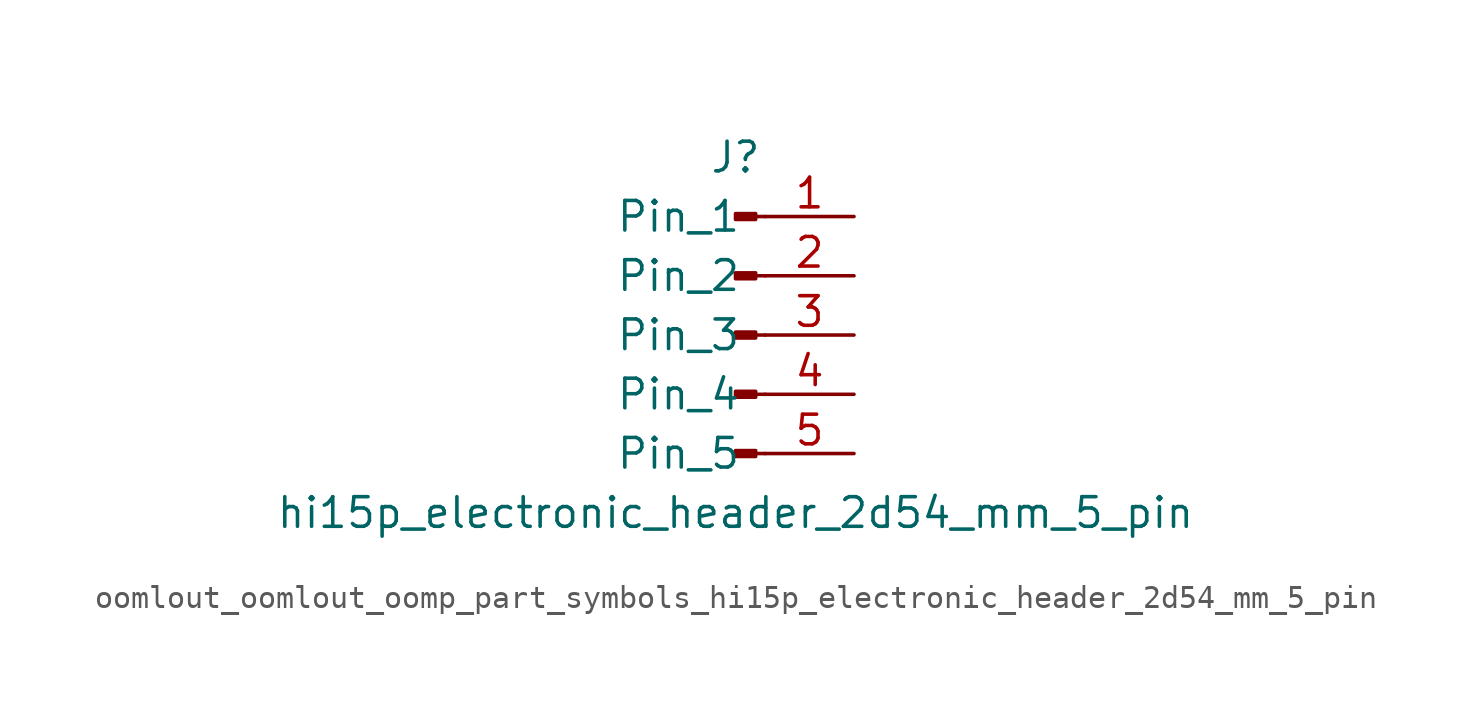
<source format=kicad_sym>
(kicad_symbol_lib
  (version 20220914)
  (generator kicad_symbol_editor)
  (symbol "oomlout_oomlout_oomp_part_symbols_hi15p_electronic_header_2d54_mm_5_pin"
    (pin_names
      (offset 1.016))
    (property "Reference" "J"
      (at 0 7.62 0)
      (effects (font (size 1.27 1.27))))
    (property "Value" "hi15p_electronic_header_2d54_mm_5_pin"
      (at 0 -7.62 0)
      (effects (font (size 1.27 1.27))))
    (property "ki_locked" ""
      (at 0 0 0)
      (effects (font (size 1.27 1.27))))
    (symbol "oomlout_oomlout_oomp_part_symbols_hi15p_electronic_header_2d54_mm_5_pin_1_1"
      (polyline (pts (xy 1.27 -5.08) (xy 0.864 -5.08)) (stroke (width 0.152) (type default)) (fill (type none)))
      (polyline (pts (xy 1.27 -2.54) (xy 0.864 -2.54)) (stroke (width 0.152) (type default)) (fill (type none)))
      (polyline (pts (xy 1.27 0) (xy 0.864 0)) (stroke (width 0.152) (type default)) (fill (type none)))
      (polyline (pts (xy 1.27 2.54) (xy 0.864 2.54)) (stroke (width 0.152) (type default)) (fill (type none)))
      (polyline (pts (xy 1.27 5.08) (xy 0.864 5.08)) (stroke (width 0.152) (type default)) (fill (type none)))
      (rectangle (start 0.864 -4.953) (end 0 -5.207) (stroke (width 0.152) (type default)) (fill (type outline)))
      (rectangle (start 0.864 -2.413) (end 0 -2.667) (stroke (width 0.152) (type default)) (fill (type outline)))
      (rectangle (start 0.864 0.127) (end 0 -0.127) (stroke (width 0.152) (type default)) (fill (type outline)))
      (rectangle (start 0.864 2.667) (end 0 2.413) (stroke (width 0.152) (type default)) (fill (type outline)))
      (rectangle (start 0.864 5.207) (end 0 4.953) (stroke (width 0.152) (type default)) (fill (type outline)))
      (pin passive line (at 5.08 5.08 180) (length 3.81) (name "Pin_1" (effects (font (size 1.27 1.27)))) (number "1" (effects (font (size 1.27 1.27)))))
      (pin passive line (at 5.08 2.54 180) (length 3.81) (name "Pin_2" (effects (font (size 1.27 1.27)))) (number "2" (effects (font (size 1.27 1.27)))))
      (pin passive line (at 5.08 0 180) (length 3.81) (name "Pin_3" (effects (font (size 1.27 1.27)))) (number "3" (effects (font (size 1.27 1.27)))))
      (pin passive line (at 5.08 -2.54 180) (length 3.81) (name "Pin_4" (effects (font (size 1.27 1.27)))) (number "4" (effects (font (size 1.27 1.27)))))
      (pin passive line (at 5.08 -5.08 180) (length 3.81) (name "Pin_5" (effects (font (size 1.27 1.27)))) (number "5" (effects (font (size 1.27 1.27))))))))
</source>
